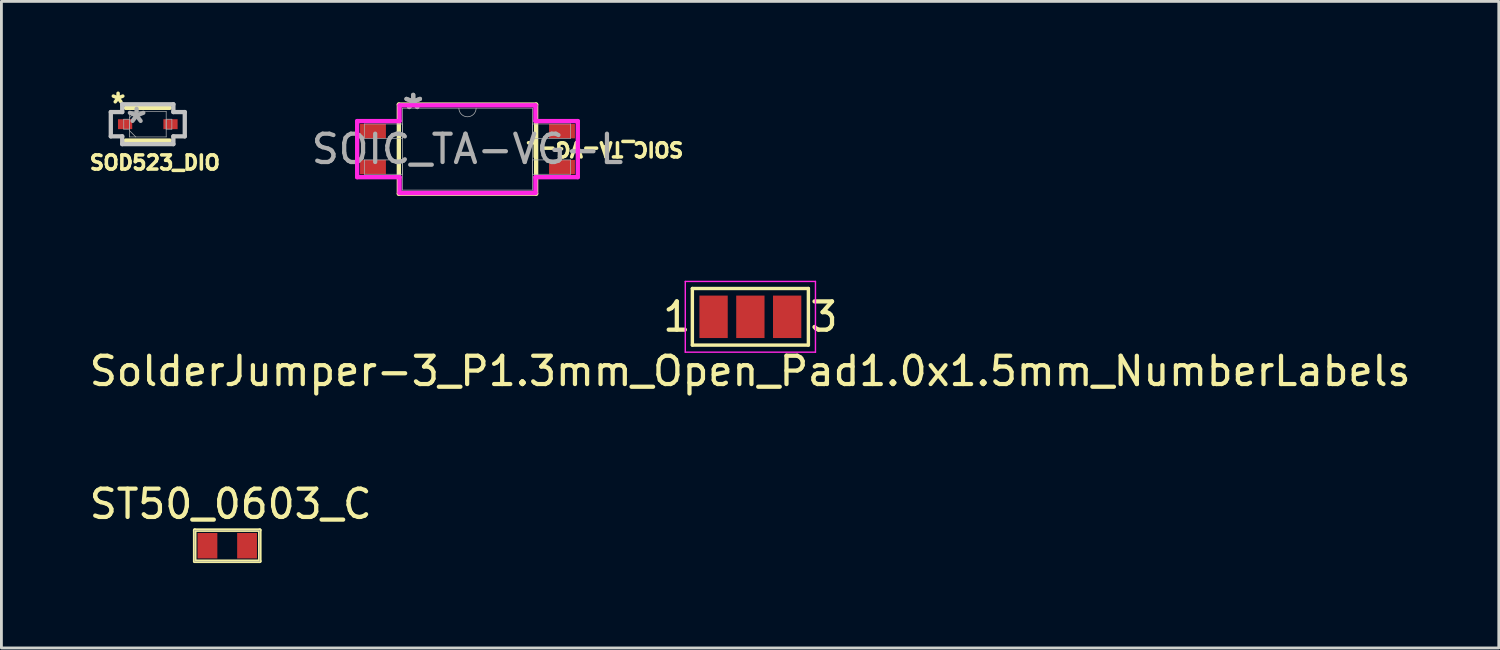
<source format=kicad_pcb>
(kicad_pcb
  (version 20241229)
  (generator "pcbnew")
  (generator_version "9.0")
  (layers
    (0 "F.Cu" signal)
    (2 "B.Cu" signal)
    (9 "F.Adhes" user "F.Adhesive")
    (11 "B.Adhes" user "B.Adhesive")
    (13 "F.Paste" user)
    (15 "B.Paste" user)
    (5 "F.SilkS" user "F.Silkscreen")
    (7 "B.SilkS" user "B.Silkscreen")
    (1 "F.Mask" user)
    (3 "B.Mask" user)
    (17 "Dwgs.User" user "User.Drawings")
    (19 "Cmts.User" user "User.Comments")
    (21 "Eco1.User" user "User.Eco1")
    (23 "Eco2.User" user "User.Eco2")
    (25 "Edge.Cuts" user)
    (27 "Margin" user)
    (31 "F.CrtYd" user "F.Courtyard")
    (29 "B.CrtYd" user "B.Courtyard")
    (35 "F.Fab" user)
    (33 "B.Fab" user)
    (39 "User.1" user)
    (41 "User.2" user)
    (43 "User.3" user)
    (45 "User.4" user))
  (footprint "SolderJumper-3_P1.3mm_Open_Pad1.0x1.5mm_NumberLabels"
    (layer "F.Cu")
    (at 23.468 8.146)
    (property "Reference" "SolderJumper-3_P1.3mm_Open_Pad1.0x1.5mm_NumberLabels" (at -0.009 1.921 0) (layer "F.SilkS") (effects (font (size 1 1) (thickness 0.15))))
    (attr exclude_from_pos_files)
    (fp_line (start -2.05 -1) (end -2.05 1) (stroke (width 0.12) (type solid)) (layer "F.SilkS"))
    (fp_line (start -2.05 1) (end 2.05 1) (stroke (width 0.12) (type solid)) (layer "F.SilkS"))
    (fp_line (start 2.05 -1) (end -2.05 -1) (stroke (width 0.12) (type solid)) (layer "F.SilkS"))
    (fp_line (start 2.05 1) (end 2.05 -1) (stroke (width 0.12) (type solid)) (layer "F.SilkS"))
    (fp_line (start -2.3 1.25) (end -2.3 -1.25) (stroke (width 0.05) (type solid)) (layer "F.CrtYd"))
    (fp_line (start -2.3 1.25) (end 2.3 1.25) (stroke (width 0.05) (type solid)) (layer "F.CrtYd"))
    (fp_line (start 2.3 -1.25) (end -2.3 -1.25) (stroke (width 0.05) (type solid)) (layer "F.CrtYd"))
    (fp_line (start 2.3 -1.25) (end 2.3 1.25) (stroke (width 0.05) (type solid)) (layer "F.CrtYd"))
    (fp_text user "3" (at 2.6 0 0) (layer "F.SilkS") (effects (font (size 1 1) (thickness 0.15))))
    (fp_text user "1" (at -2.6 0 0) (layer "F.SilkS") (effects (font (size 1 1) (thickness 0.15))))
    (pad "1" smd rect (at -1.3 0 180) (size 1 1.5) (layers "F.Cu" "F.Mask"))
    (pad "2" smd rect (at 0 0 180) (size 1 1.5) (layers "F.Cu" "F.Mask"))
    (pad "3" smd rect (at 1.3 0 180) (size 1 1.5) (layers "F.Cu" "F.Mask")))
  (footprint "SOD523_DIO"
    (layer "F.Cu")
    (at 2.173 1.339)
    (property "Reference" "SOD523_DIO" (at 0.25 1.36 0) (unlocked yes) (layer "F.SilkS") (effects (font (size 0.5 0.5) (thickness 0.125))))
    (attr smd)
    (fp_line (start -0.777 0.577) (end 0.777 0.577) (stroke (width 0.152) (type solid)) (layer "F.SilkS"))
    (fp_line (start 0.777 -0.577) (end -0.777 -0.577) (stroke (width 0.152) (type solid)) (layer "F.SilkS"))
    (fp_line (start -1.307 -0.429) (end -0.904 -0.429) (stroke (width 0.152) (type solid)) (layer "Dwgs.User"))
    (fp_line (start -1.307 0.429) (end -1.307 -0.429) (stroke (width 0.152) (type solid)) (layer "Dwgs.User"))
    (fp_line (start -0.904 -0.704) (end 0.904 -0.704) (stroke (width 0.152) (type solid)) (layer "Dwgs.User"))
    (fp_line (start -0.904 -0.429) (end -0.904 -0.704) (stroke (width 0.152) (type solid)) (layer "Dwgs.User"))
    (fp_line (start -0.904 0.429) (end -1.307 0.429) (stroke (width 0.152) (type solid)) (layer "Dwgs.User"))
    (fp_line (start -0.904 0.704) (end -0.904 0.429) (stroke (width 0.152) (type solid)) (layer "Dwgs.User"))
    (fp_line (start 0.904 -0.704) (end 0.904 -0.429) (stroke (width 0.152) (type solid)) (layer "Dwgs.User"))
    (fp_line (start 0.904 -0.429) (end 1.307 -0.429) (stroke (width 0.152) (type solid)) (layer "Dwgs.User"))
    (fp_line (start 0.904 0.429) (end 0.904 0.704) (stroke (width 0.152) (type solid)) (layer "Dwgs.User"))
    (fp_line (start 0.904 0.704) (end -0.904 0.704) (stroke (width 0.152) (type solid)) (layer "Dwgs.User"))
    (fp_line (start 1.307 -0.429) (end 1.307 0.429) (stroke (width 0.152) (type solid)) (layer "Dwgs.User"))
    (fp_line (start 1.307 0.429) (end 0.904 0.429) (stroke (width 0.152) (type solid)) (layer "Dwgs.User"))
    (fp_line (start -0.85 -0.175) (end -0.85 0.175) (stroke (width 0.025) (type solid)) (layer "F.Fab"))
    (fp_line (start -0.85 0.175) (end -0.65 0.175) (stroke (width 0.025) (type solid)) (layer "F.Fab"))
    (fp_line (start -0.65 -0.45) (end -0.65 0.45) (stroke (width 0.025) (type solid)) (layer "F.Fab"))
    (fp_line (start -0.65 -0.225) (end -0.425 -0.45) (stroke (width 0.025) (type solid)) (layer "F.Fab"))
    (fp_line (start -0.65 -0.175) (end -0.85 -0.175) (stroke (width 0.025) (type solid)) (layer "F.Fab"))
    (fp_line (start -0.65 0.175) (end -0.65 -0.175) (stroke (width 0.025) (type solid)) (layer "F.Fab"))
    (fp_line (start -0.65 0.225) (end -0.425 0.45) (stroke (width 0.025) (type solid)) (layer "F.Fab"))
    (fp_line (start -0.65 0.45) (end 0.65 0.45) (stroke (width 0.025) (type solid)) (layer "F.Fab"))
    (fp_line (start 0.65 -0.45) (end -0.65 -0.45) (stroke (width 0.025) (type solid)) (layer "F.Fab"))
    (fp_line (start 0.65 -0.175) (end 0.65 0.175) (stroke (width 0.025) (type solid)) (layer "F.Fab"))
    (fp_line (start 0.65 0.175) (end 0.85 0.175) (stroke (width 0.025) (type solid)) (layer "F.Fab"))
    (fp_line (start 0.65 0.45) (end 0.65 -0.45) (stroke (width 0.025) (type solid)) (layer "F.Fab"))
    (fp_line (start 0.85 -0.175) (end 0.65 -0.175) (stroke (width 0.025) (type solid)) (layer "F.Fab"))
    (fp_line (start 0.85 0.175) (end 0.85 -0.175) (stroke (width 0.025) (type solid)) (layer "F.Fab"))
    (fp_text user "*" (at -1.05 -0.71 0) (layer "F.SilkS") (effects (font (size 0.7 0.7) (thickness 0.125))))
    (fp_text user "*" (at -0.396 0 0) (layer "F.Fab") (effects (font (size 1 1) (thickness 0.15))))
    (pad "1" smd rect (at -0.802 0) (size 0.503 0.35) (layers "F.Cu" "F.Mask" "F.Paste"))
    (pad "2" smd rect (at 0.802 0) (size 0.503 0.35) (layers "F.Cu" "F.Mask" "F.Paste")))
  (footprint "ST50_0603_C"
    (layer "F.Cu")
    (at 5.101 16.193)
    (property "Reference" "ST50_0603_C" (at 0 -1.43 180) (layer "F.SilkS") (effects (font (size 1 1) (thickness 0.15))))
    (attr smd)
    (fp_line (start -1.27 -0.508) (end -1.27 0.592) (stroke (width 0.127) (type solid)) (layer "F.SilkS"))
    (fp_line (start -1.27 -0.508) (end 1.03 -0.508) (stroke (width 0.127) (type solid)) (layer "F.SilkS"))
    (fp_line (start -1.27 0.592) (end 1.03 0.592) (stroke (width 0.127) (type solid)) (layer "F.SilkS"))
    (fp_line (start 1.03 -0.508) (end 1.03 0.592) (stroke (width 0.127) (type solid)) (layer "F.SilkS"))
    (fp_line (start -1.27 -0.508) (end -1.27 0.592) (stroke (width 0.01) (type solid)) (layer "B.Fab"))
    (fp_line (start -1.27 -0.508) (end 1.03 -0.508) (stroke (width 0.01) (type solid)) (layer "B.Fab"))
    (fp_line (start -1.27 0.592) (end 1.03 0.592) (stroke (width 0.01) (type solid)) (layer "B.Fab"))
    (fp_line (start 1.03 -0.508) (end 1.03 0.592) (stroke (width 0.01) (type solid)) (layer "B.Fab"))
    (fp_line (start -0.92 -0.358) (end -0.92 0.442) (stroke (width 0.002) (type solid)) (layer "User.1"))
    (fp_line (start -0.92 -0.358) (end 0.68 -0.358) (stroke (width 0.002) (type solid)) (layer "User.1"))
    (fp_line (start 0.68 -0.358) (end 0.68 0.442) (stroke (width 0.002) (type solid)) (layer "User.1"))
    (fp_line (start 0.68 0.442) (end -0.92 0.442) (stroke (width 0.002) (type solid)) (layer "User.1"))
    (pad "1" smd rect (at -0.82 0.042) (size 0.7 0.9) (layers "F.Cu" "F.Mask" "F.Paste"))
    (pad "2" smd rect (at 0.58 0.042) (size 0.7 0.9) (layers "F.Cu" "F.Mask" "F.Paste")))
  (footprint "SOIC_TA-VG-L"
    (layer "F.Cu")
    (at 13.471 2.22)
    (property "Reference" "SOIC_TA-VG-L" (at 4.86 0 180) (unlocked yes) (layer "F.SilkS") (effects (font (size 0.5 0.5) (thickness 0.125))))
    (attr smd)
    (fp_line (start -2.426 -1.575) (end -2.426 1.575) (stroke (width 0.152) (type solid)) (layer "F.SilkS"))
    (fp_line (start -2.426 1.575) (end 2.426 1.575) (stroke (width 0.152) (type solid)) (layer "F.SilkS"))
    (fp_line (start 2.426 -1.575) (end -2.426 -1.575) (stroke (width 0.152) (type solid)) (layer "F.SilkS"))
    (fp_line (start 2.426 1.575) (end 2.426 -1.575) (stroke (width 0.152) (type solid)) (layer "F.SilkS"))
    (fp_line (start -3.899 -0.991) (end -2.4 -0.991) (stroke (width 0.152) (type solid)) (layer "F.CrtYd"))
    (fp_line (start -3.899 0.991) (end -3.899 -0.991) (stroke (width 0.152) (type solid)) (layer "F.CrtYd"))
    (fp_line (start -3.899 0.991) (end -2.4 0.991) (stroke (width 0.152) (type solid)) (layer "F.CrtYd"))
    (fp_line (start -2.4 -1.549) (end 2.4 -1.549) (stroke (width 0.152) (type solid)) (layer "F.CrtYd"))
    (fp_line (start -2.4 -0.991) (end -2.4 -1.549) (stroke (width 0.152) (type solid)) (layer "F.CrtYd"))
    (fp_line (start -2.4 1.549) (end -2.4 0.991) (stroke (width 0.152) (type solid)) (layer "F.CrtYd"))
    (fp_line (start 2.4 -1.549) (end 2.4 -0.991) (stroke (width 0.152) (type solid)) (layer "F.CrtYd"))
    (fp_line (start 2.4 0.991) (end 2.4 1.549) (stroke (width 0.152) (type solid)) (layer "F.CrtYd"))
    (fp_line (start 2.4 1.549) (end -2.4 1.549) (stroke (width 0.152) (type solid)) (layer "F.CrtYd"))
    (fp_line (start 3.899 -0.991) (end 2.4 -0.991) (stroke (width 0.152) (type solid)) (layer "F.CrtYd"))
    (fp_line (start 3.899 -0.991) (end 3.899 0.991) (stroke (width 0.152) (type solid)) (layer "F.CrtYd"))
    (fp_line (start 3.899 0.991) (end 2.4 0.991) (stroke (width 0.152) (type solid)) (layer "F.CrtYd"))
    (fp_line (start -3.645 -0.889) (end -3.645 -0.381) (stroke (width 0.025) (type solid)) (layer "F.Fab"))
    (fp_line (start -3.645 -0.381) (end -2.299 -0.381) (stroke (width 0.025) (type solid)) (layer "F.Fab"))
    (fp_line (start -3.645 0.381) (end -3.645 0.889) (stroke (width 0.025) (type solid)) (layer "F.Fab"))
    (fp_line (start -3.645 0.889) (end -2.299 0.889) (stroke (width 0.025) (type solid)) (layer "F.Fab"))
    (fp_line (start -2.299 -1.448) (end -2.299 1.448) (stroke (width 0.025) (type solid)) (layer "F.Fab"))
    (fp_line (start -2.299 -0.889) (end -3.645 -0.889) (stroke (width 0.025) (type solid)) (layer "F.Fab"))
    (fp_line (start -2.299 -0.381) (end -2.299 -0.889) (stroke (width 0.025) (type solid)) (layer "F.Fab"))
    (fp_line (start -2.299 0.381) (end -3.645 0.381) (stroke (width 0.025) (type solid)) (layer "F.Fab"))
    (fp_line (start -2.299 0.889) (end -2.299 0.381) (stroke (width 0.025) (type solid)) (layer "F.Fab"))
    (fp_line (start -2.299 1.448) (end 2.299 1.448) (stroke (width 0.025) (type solid)) (layer "F.Fab"))
    (fp_line (start 2.299 -1.448) (end -2.299 -1.448) (stroke (width 0.025) (type solid)) (layer "F.Fab"))
    (fp_line (start 2.299 -0.889) (end 2.299 -0.381) (stroke (width 0.025) (type solid)) (layer "F.Fab"))
    (fp_line (start 2.299 -0.381) (end 3.645 -0.381) (stroke (width 0.025) (type solid)) (layer "F.Fab"))
    (fp_line (start 2.299 0.381) (end 2.299 0.889) (stroke (width 0.025) (type solid)) (layer "F.Fab"))
    (fp_line (start 2.299 0.889) (end 3.645 0.889) (stroke (width 0.025) (type solid)) (layer "F.Fab"))
    (fp_line (start 2.299 1.448) (end 2.299 -1.448) (stroke (width 0.025) (type solid)) (layer "F.Fab"))
    (fp_line (start 3.645 -0.889) (end 2.299 -0.889) (stroke (width 0.025) (type solid)) (layer "F.Fab"))
    (fp_line (start 3.645 -0.381) (end 3.645 -0.889) (stroke (width 0.025) (type solid)) (layer "F.Fab"))
    (fp_line (start 3.645 0.381) (end 2.299 0.381) (stroke (width 0.025) (type solid)) (layer "F.Fab"))
    (fp_line (start 3.645 0.889) (end 3.645 0.381) (stroke (width 0.025) (type solid)) (layer "F.Fab"))
    (fp_arc (start 0.3048 -1.4478) (mid 0 -1.143) (end -0.3048 -1.4478) (stroke (width 0.0254) (type solid)) (layer "F.Fab"))
    (fp_text user "*" (at -1.918 -1.372 180) (layer "F.Fab") (effects (font (size 1 1) (thickness 0.15))))
    (fp_text user "${REFERENCE}" (at 0 0 0) (unlocked yes) (layer "F.Fab") (effects (font (size 1 1) (thickness 0.15))))
    (fp_text user "*" (at -1.918 -1.372 0) (unlocked yes) (layer "F.Fab") (effects (font (size 1 1) (thickness 0.15))))
    (pad "1" smd rect (at -3.34 -0.635) (size 0.914 0.508) (layers "F.Cu" "F.Mask" "F.Paste"))
    (pad "2" smd rect (at -3.34 0.635) (size 0.914 0.508) (layers "F.Cu" "F.Mask" "F.Paste"))
    (pad "3" smd rect (at 3.34 0.635) (size 0.914 0.508) (layers "F.Cu" "F.Mask" "F.Paste"))
    (pad "4" smd rect (at 3.34 -0.635) (size 0.914 0.508) (layers "F.Cu" "F.Mask" "F.Paste")))
  (gr_rect
    (start -3 -3)
    (end 49.917 19.849)
    (stroke (width 0.1) (type default))
    (fill no)
    (layer "Edge.Cuts")))
</source>
